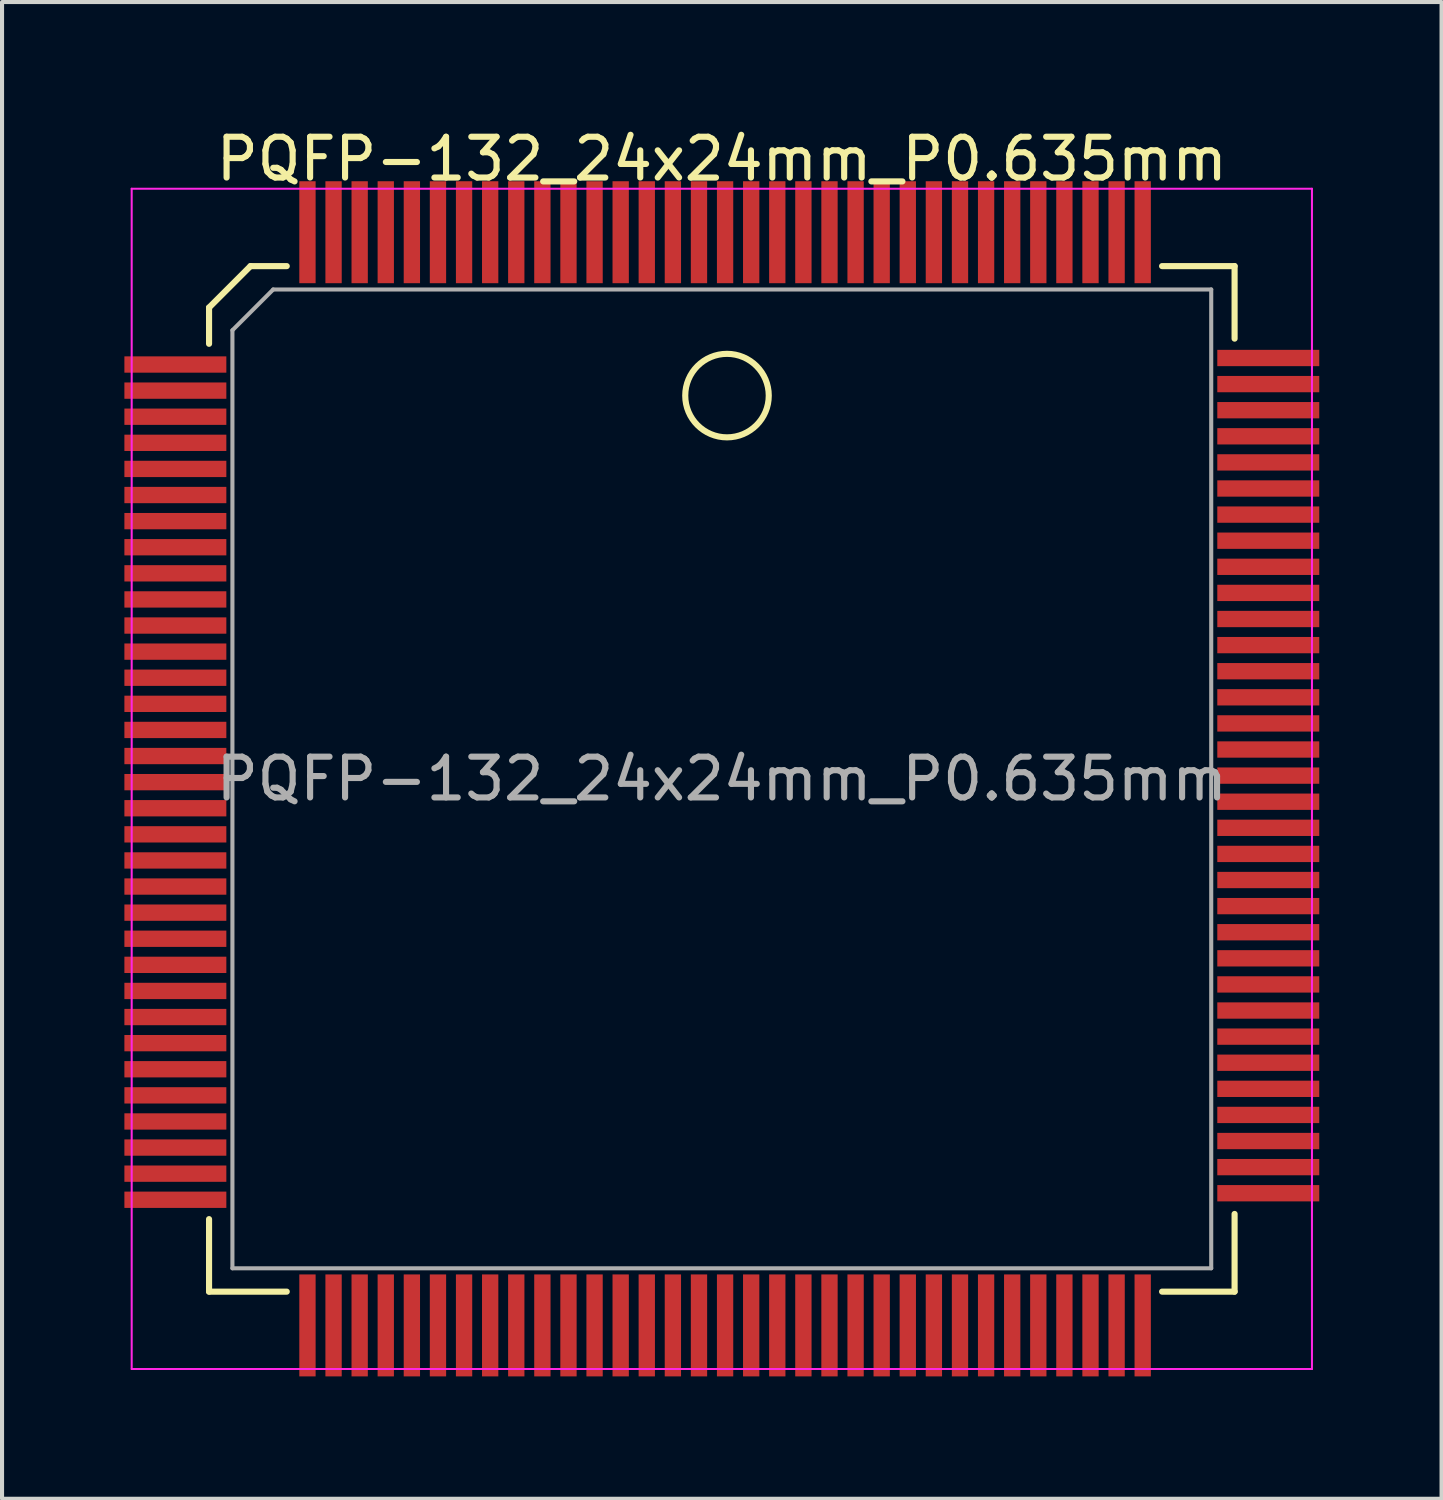
<source format=kicad_pcb>
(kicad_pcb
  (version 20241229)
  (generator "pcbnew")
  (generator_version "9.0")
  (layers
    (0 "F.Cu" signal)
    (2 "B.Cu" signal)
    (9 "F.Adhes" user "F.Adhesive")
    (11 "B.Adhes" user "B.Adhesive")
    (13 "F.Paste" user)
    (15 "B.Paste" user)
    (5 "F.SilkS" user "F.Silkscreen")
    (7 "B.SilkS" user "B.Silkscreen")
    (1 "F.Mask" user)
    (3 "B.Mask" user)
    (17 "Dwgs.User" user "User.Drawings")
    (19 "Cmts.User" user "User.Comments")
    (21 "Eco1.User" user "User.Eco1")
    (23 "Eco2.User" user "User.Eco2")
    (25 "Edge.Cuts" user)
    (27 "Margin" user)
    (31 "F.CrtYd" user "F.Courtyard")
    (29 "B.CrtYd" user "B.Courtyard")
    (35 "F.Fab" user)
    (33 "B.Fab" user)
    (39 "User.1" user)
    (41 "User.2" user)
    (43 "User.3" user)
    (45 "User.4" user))
  (footprint "PQFP-132_24x24mm_P0.635mm"
    (layer "F.Cu")
    (at 14.649 16.048)
    (property "Reference" "PQFP-132_24x24mm_P0.635mm" (at 0 -15.2 0) (layer "F.SilkS") (effects (font (size 1 1) (thickness 0.15))))
    (attr smd)
    (fp_line (start -12.573 -11.557) (end -11.557 -12.573) (stroke (width 0.15) (type solid)) (layer "F.SilkS"))
    (fp_line (start -12.573 -10.668) (end -12.573 -11.557) (stroke (width 0.15) (type solid)) (layer "F.SilkS"))
    (fp_line (start -12.573 10.795) (end -12.573 12.573) (stroke (width 0.15) (type solid)) (layer "F.SilkS"))
    (fp_line (start -12.573 12.573) (end -10.668 12.573) (stroke (width 0.15) (type solid)) (layer "F.SilkS"))
    (fp_line (start -11.557 -12.573) (end -10.668 -12.573) (stroke (width 0.15) (type solid)) (layer "F.SilkS"))
    (fp_line (start 10.795 12.573) (end 12.573 12.573) (stroke (width 0.15) (type solid)) (layer "F.SilkS"))
    (fp_line (start 12.573 -12.573) (end 10.795 -12.573) (stroke (width 0.15) (type solid)) (layer "F.SilkS"))
    (fp_line (start 12.573 -10.795) (end 12.573 -12.573) (stroke (width 0.15) (type solid)) (layer "F.SilkS"))
    (fp_line (start 12.573 12.573) (end 12.573 10.668) (stroke (width 0.15) (type solid)) (layer "F.SilkS"))
    (fp_circle (center 0.127 -9.398) (end 1.016 -8.89) (stroke (width 0.15) (type solid)) (fill no) (layer "F.SilkS"))
    (fp_line (start -14.47 -14.47) (end -14.47 14.47) (stroke (width 0.05) (type solid)) (layer "F.CrtYd"))
    (fp_line (start 14.47 -14.47) (end -14.47 -14.47) (stroke (width 0.05) (type solid)) (layer "F.CrtYd"))
    (fp_line (start 14.47 -14.47) (end 14.47 14.47) (stroke (width 0.05) (type solid)) (layer "F.CrtYd"))
    (fp_line (start 14.47 14.47) (end -14.47 14.47) (stroke (width 0.05) (type solid)) (layer "F.CrtYd"))
    (fp_line (start -12 12) (end -12 -11) (stroke (width 0.1) (type solid)) (layer "F.Fab"))
    (fp_line (start -11 -12) (end -12 -11) (stroke (width 0.1) (type solid)) (layer "F.Fab"))
    (fp_line (start -11 -12) (end 12 -12) (stroke (width 0.1) (type solid)) (layer "F.Fab"))
    (fp_line (start 12 -12) (end 12 12) (stroke (width 0.1) (type solid)) (layer "F.Fab"))
    (fp_line (start 12 12) (end -12 12) (stroke (width 0.1) (type solid)) (layer "F.Fab"))
    (fp_text user "${REFERENCE}" (at 0 0 0) (layer "F.Fab") (effects (font (size 1 1) (thickness 0.15))))
    (pad "1" smd rect (at 0.08 -13.404) (size 0.4 2.5) (layers "F.Cu" "F.Mask" "F.Paste"))
    (pad "2" smd rect (at -0.56 -13.404) (size 0.4 2.5) (layers "F.Cu" "F.Mask" "F.Paste"))
    (pad "3" smd rect (at -1.2 -13.404) (size 0.4 2.5) (layers "F.Cu" "F.Mask" "F.Paste"))
    (pad "4" smd rect (at -1.84 -13.404) (size 0.4 2.5) (layers "F.Cu" "F.Mask" "F.Paste"))
    (pad "5" smd rect (at -2.48 -13.404) (size 0.4 2.5) (layers "F.Cu" "F.Mask" "F.Paste"))
    (pad "6" smd rect (at -3.12 -13.404) (size 0.4 2.5) (layers "F.Cu" "F.Mask" "F.Paste"))
    (pad "7" smd rect (at -3.76 -13.404) (size 0.4 2.5) (layers "F.Cu" "F.Mask" "F.Paste"))
    (pad "8" smd rect (at -4.4 -13.404) (size 0.4 2.5) (layers "F.Cu" "F.Mask" "F.Paste"))
    (pad "9" smd rect (at -5.04 -13.404) (size 0.4 2.5) (layers "F.Cu" "F.Mask" "F.Paste"))
    (pad "10" smd rect (at -5.68 -13.404) (size 0.4 2.5) (layers "F.Cu" "F.Mask" "F.Paste"))
    (pad "11" smd rect (at -6.32 -13.404) (size 0.4 2.5) (layers "F.Cu" "F.Mask" "F.Paste"))
    (pad "12" smd rect (at -6.96 -13.404) (size 0.4 2.5) (layers "F.Cu" "F.Mask" "F.Paste"))
    (pad "13" smd rect (at -7.6 -13.404) (size 0.4 2.5) (layers "F.Cu" "F.Mask" "F.Paste"))
    (pad "14" smd rect (at -8.24 -13.404) (size 0.4 2.5) (layers "F.Cu" "F.Mask" "F.Paste"))
    (pad "15" smd rect (at -8.88 -13.404) (size 0.4 2.5) (layers "F.Cu" "F.Mask" "F.Paste"))
    (pad "16" smd rect (at -9.52 -13.404) (size 0.4 2.5) (layers "F.Cu" "F.Mask" "F.Paste"))
    (pad "17" smd rect (at -10.16 -13.404) (size 0.4 2.5) (layers "F.Cu" "F.Mask" "F.Paste"))
    (pad "18" smd rect (at -13.399 -10.16) (size 2.5 0.4) (layers "F.Cu" "F.Mask" "F.Paste"))
    (pad "19" smd rect (at -13.399 -9.52) (size 2.5 0.4) (layers "F.Cu" "F.Mask" "F.Paste"))
    (pad "20" smd rect (at -13.399 -8.88) (size 2.5 0.4) (layers "F.Cu" "F.Mask" "F.Paste"))
    (pad "21" smd rect (at -13.399 -8.24) (size 2.5 0.4) (layers "F.Cu" "F.Mask" "F.Paste"))
    (pad "22" smd rect (at -13.399 -7.6) (size 2.5 0.4) (layers "F.Cu" "F.Mask" "F.Paste"))
    (pad "23" smd rect (at -13.399 -6.96) (size 2.5 0.4) (layers "F.Cu" "F.Mask" "F.Paste"))
    (pad "24" smd rect (at -13.399 -6.32) (size 2.5 0.4) (layers "F.Cu" "F.Mask" "F.Paste"))
    (pad "25" smd rect (at -13.399 -5.68) (size 2.5 0.4) (layers "F.Cu" "F.Mask" "F.Paste"))
    (pad "26" smd rect (at -13.399 -5.04) (size 2.5 0.4) (layers "F.Cu" "F.Mask" "F.Paste"))
    (pad "27" smd rect (at -13.399 -4.4) (size 2.5 0.4) (layers "F.Cu" "F.Mask" "F.Paste"))
    (pad "28" smd rect (at -13.399 -3.76) (size 2.5 0.4) (layers "F.Cu" "F.Mask" "F.Paste"))
    (pad "29" smd rect (at -13.399 -3.12) (size 2.5 0.4) (layers "F.Cu" "F.Mask" "F.Paste"))
    (pad "30" smd rect (at -13.399 -2.48) (size 2.5 0.4) (layers "F.Cu" "F.Mask" "F.Paste"))
    (pad "31" smd rect (at -13.399 -1.84) (size 2.5 0.4) (layers "F.Cu" "F.Mask" "F.Paste"))
    (pad "32" smd rect (at -13.399 -1.2) (size 2.5 0.4) (layers "F.Cu" "F.Mask" "F.Paste"))
    (pad "33" smd rect (at -13.399 -0.56) (size 2.5 0.4) (layers "F.Cu" "F.Mask" "F.Paste"))
    (pad "34" smd rect (at -13.399 0.08) (size 2.5 0.4) (layers "F.Cu" "F.Mask" "F.Paste"))
    (pad "35" smd rect (at -13.399 0.72) (size 2.5 0.4) (layers "F.Cu" "F.Mask" "F.Paste"))
    (pad "36" smd rect (at -13.399 1.36) (size 2.5 0.4) (layers "F.Cu" "F.Mask" "F.Paste"))
    (pad "37" smd rect (at -13.399 2) (size 2.5 0.4) (layers "F.Cu" "F.Mask" "F.Paste"))
    (pad "38" smd rect (at -13.399 2.64) (size 2.5 0.4) (layers "F.Cu" "F.Mask" "F.Paste"))
    (pad "39" smd rect (at -13.399 3.28) (size 2.5 0.4) (layers "F.Cu" "F.Mask" "F.Paste"))
    (pad "40" smd rect (at -13.399 3.92) (size 2.5 0.4) (layers "F.Cu" "F.Mask" "F.Paste"))
    (pad "41" smd rect (at -13.399 4.56) (size 2.5 0.4) (layers "F.Cu" "F.Mask" "F.Paste"))
    (pad "42" smd rect (at -13.399 5.2) (size 2.5 0.4) (layers "F.Cu" "F.Mask" "F.Paste"))
    (pad "43" smd rect (at -13.399 5.84) (size 2.5 0.4) (layers "F.Cu" "F.Mask" "F.Paste"))
    (pad "44" smd rect (at -13.399 6.48) (size 2.5 0.4) (layers "F.Cu" "F.Mask" "F.Paste"))
    (pad "45" smd rect (at -13.399 7.12) (size 2.5 0.4) (layers "F.Cu" "F.Mask" "F.Paste"))
    (pad "46" smd rect (at -13.399 7.76) (size 2.5 0.4) (layers "F.Cu" "F.Mask" "F.Paste"))
    (pad "47" smd rect (at -13.399 8.4) (size 2.5 0.4) (layers "F.Cu" "F.Mask" "F.Paste"))
    (pad "48" smd rect (at -13.399 9.04) (size 2.5 0.4) (layers "F.Cu" "F.Mask" "F.Paste"))
    (pad "49" smd rect (at -13.399 9.68) (size 2.5 0.4) (layers "F.Cu" "F.Mask" "F.Paste"))
    (pad "50" smd rect (at -13.399 10.32) (size 2.5 0.4) (layers "F.Cu" "F.Mask" "F.Paste"))
    (pad "51" smd rect (at -10.16 13.401) (size 0.4 2.5) (layers "F.Cu" "F.Mask" "F.Paste"))
    (pad "52" smd rect (at -9.52 13.401) (size 0.4 2.5) (layers "F.Cu" "F.Mask" "F.Paste"))
    (pad "53" smd rect (at -8.88 13.401) (size 0.4 2.5) (layers "F.Cu" "F.Mask" "F.Paste"))
    (pad "54" smd rect (at -8.24 13.401) (size 0.4 2.5) (layers "F.Cu" "F.Mask" "F.Paste"))
    (pad "55" smd rect (at -7.6 13.401) (size 0.4 2.5) (layers "F.Cu" "F.Mask" "F.Paste"))
    (pad "56" smd rect (at -6.96 13.401) (size 0.4 2.5) (layers "F.Cu" "F.Mask" "F.Paste"))
    (pad "57" smd rect (at -6.32 13.401) (size 0.4 2.5) (layers "F.Cu" "F.Mask" "F.Paste"))
    (pad "58" smd rect (at -5.68 13.401) (size 0.4 2.5) (layers "F.Cu" "F.Mask" "F.Paste"))
    (pad "59" smd rect (at -5.04 13.401) (size 0.4 2.5) (layers "F.Cu" "F.Mask" "F.Paste"))
    (pad "60" smd rect (at -4.4 13.401) (size 0.4 2.5) (layers "F.Cu" "F.Mask" "F.Paste"))
    (pad "61" smd rect (at -3.76 13.401) (size 0.4 2.5) (layers "F.Cu" "F.Mask" "F.Paste"))
    (pad "62" smd rect (at -3.12 13.401) (size 0.4 2.5) (layers "F.Cu" "F.Mask" "F.Paste"))
    (pad "63" smd rect (at -2.48 13.401) (size 0.4 2.5) (layers "F.Cu" "F.Mask" "F.Paste"))
    (pad "64" smd rect (at -1.84 13.401) (size 0.4 2.5) (layers "F.Cu" "F.Mask" "F.Paste"))
    (pad "65" smd rect (at -1.2 13.401) (size 0.4 2.5) (layers "F.Cu" "F.Mask" "F.Paste"))
    (pad "66" smd rect (at -0.56 13.401) (size 0.4 2.5) (layers "F.Cu" "F.Mask" "F.Paste"))
    (pad "67" smd rect (at 0.08 13.401) (size 0.4 2.5) (layers "F.Cu" "F.Mask" "F.Paste"))
    (pad "68" smd rect (at 0.72 13.401) (size 0.4 2.5) (layers "F.Cu" "F.Mask" "F.Paste"))
    (pad "69" smd rect (at 1.36 13.401) (size 0.4 2.5) (layers "F.Cu" "F.Mask" "F.Paste"))
    (pad "70" smd rect (at 2 13.401) (size 0.4 2.5) (layers "F.Cu" "F.Mask" "F.Paste"))
    (pad "71" smd rect (at 2.64 13.401) (size 0.4 2.5) (layers "F.Cu" "F.Mask" "F.Paste"))
    (pad "72" smd rect (at 3.28 13.401) (size 0.4 2.5) (layers "F.Cu" "F.Mask" "F.Paste"))
    (pad "73" smd rect (at 3.92 13.401) (size 0.4 2.5) (layers "F.Cu" "F.Mask" "F.Paste"))
    (pad "74" smd rect (at 4.56 13.401) (size 0.4 2.5) (layers "F.Cu" "F.Mask" "F.Paste"))
    (pad "75" smd rect (at 5.2 13.401) (size 0.4 2.5) (layers "F.Cu" "F.Mask" "F.Paste"))
    (pad "76" smd rect (at 5.84 13.401) (size 0.4 2.5) (layers "F.Cu" "F.Mask" "F.Paste"))
    (pad "77" smd rect (at 6.48 13.401) (size 0.4 2.5) (layers "F.Cu" "F.Mask" "F.Paste"))
    (pad "78" smd rect (at 7.12 13.401) (size 0.4 2.5) (layers "F.Cu" "F.Mask" "F.Paste"))
    (pad "79" smd rect (at 7.76 13.401) (size 0.4 2.5) (layers "F.Cu" "F.Mask" "F.Paste"))
    (pad "80" smd rect (at 8.4 13.401) (size 0.4 2.5) (layers "F.Cu" "F.Mask" "F.Paste"))
    (pad "81" smd rect (at 9.04 13.401) (size 0.4 2.5) (layers "F.Cu" "F.Mask" "F.Paste"))
    (pad "82" smd rect (at 9.68 13.401) (size 0.4 2.5) (layers "F.Cu" "F.Mask" "F.Paste"))
    (pad "83" smd rect (at 10.32 13.401) (size 0.4 2.5) (layers "F.Cu" "F.Mask" "F.Paste"))
    (pad "84" smd rect (at 13.399 10.16) (size 2.5 0.4) (layers "F.Cu" "F.Mask" "F.Paste"))
    (pad "85" smd rect (at 13.399 9.52) (size 2.5 0.4) (layers "F.Cu" "F.Mask" "F.Paste"))
    (pad "86" smd rect (at 13.399 8.88) (size 2.5 0.4) (layers "F.Cu" "F.Mask" "F.Paste"))
    (pad "87" smd rect (at 13.399 8.24) (size 2.5 0.4) (layers "F.Cu" "F.Mask" "F.Paste"))
    (pad "88" smd rect (at 13.399 7.6) (size 2.5 0.4) (layers "F.Cu" "F.Mask" "F.Paste"))
    (pad "89" smd rect (at 13.399 6.96) (size 2.5 0.4) (layers "F.Cu" "F.Mask" "F.Paste"))
    (pad "90" smd rect (at 13.399 6.32) (size 2.5 0.4) (layers "F.Cu" "F.Mask" "F.Paste"))
    (pad "91" smd rect (at 13.399 5.68) (size 2.5 0.4) (layers "F.Cu" "F.Mask" "F.Paste"))
    (pad "92" smd rect (at 13.399 5.04) (size 2.5 0.4) (layers "F.Cu" "F.Mask" "F.Paste"))
    (pad "93" smd rect (at 13.399 4.4) (size 2.5 0.4) (layers "F.Cu" "F.Mask" "F.Paste"))
    (pad "94" smd rect (at 13.399 3.76) (size 2.5 0.4) (layers "F.Cu" "F.Mask" "F.Paste"))
    (pad "95" smd rect (at 13.399 3.12) (size 2.5 0.4) (layers "F.Cu" "F.Mask" "F.Paste"))
    (pad "96" smd rect (at 13.399 2.48) (size 2.5 0.4) (layers "F.Cu" "F.Mask" "F.Paste"))
    (pad "97" smd rect (at 13.399 1.84) (size 2.5 0.4) (layers "F.Cu" "F.Mask" "F.Paste"))
    (pad "98" smd rect (at 13.399 1.2) (size 2.5 0.4) (layers "F.Cu" "F.Mask" "F.Paste"))
    (pad "99" smd rect (at 13.399 0.56) (size 2.5 0.4) (layers "F.Cu" "F.Mask" "F.Paste"))
    (pad "100" smd rect (at 13.399 -0.08) (size 2.5 0.4) (layers "F.Cu" "F.Mask" "F.Paste"))
    (pad "101" smd rect (at 13.399 -0.72) (size 2.5 0.4) (layers "F.Cu" "F.Mask" "F.Paste"))
    (pad "102" smd rect (at 13.399 -1.36) (size 2.5 0.4) (layers "F.Cu" "F.Mask" "F.Paste"))
    (pad "103" smd rect (at 13.399 -2) (size 2.5 0.4) (layers "F.Cu" "F.Mask" "F.Paste"))
    (pad "104" smd rect (at 13.399 -2.64) (size 2.5 0.4) (layers "F.Cu" "F.Mask" "F.Paste"))
    (pad "105" smd rect (at 13.399 -3.28) (size 2.5 0.4) (layers "F.Cu" "F.Mask" "F.Paste"))
    (pad "106" smd rect (at 13.399 -3.92) (size 2.5 0.4) (layers "F.Cu" "F.Mask" "F.Paste"))
    (pad "107" smd rect (at 13.399 -4.56) (size 2.5 0.4) (layers "F.Cu" "F.Mask" "F.Paste"))
    (pad "108" smd rect (at 13.399 -5.2) (size 2.5 0.4) (layers "F.Cu" "F.Mask" "F.Paste"))
    (pad "109" smd rect (at 13.399 -5.84) (size 2.5 0.4) (layers "F.Cu" "F.Mask" "F.Paste"))
    (pad "110" smd rect (at 13.399 -6.48) (size 2.5 0.4) (layers "F.Cu" "F.Mask" "F.Paste"))
    (pad "111" smd rect (at 13.399 -7.12) (size 2.5 0.4) (layers "F.Cu" "F.Mask" "F.Paste"))
    (pad "112" smd rect (at 13.399 -7.76) (size 2.5 0.4) (layers "F.Cu" "F.Mask" "F.Paste"))
    (pad "113" smd rect (at 13.399 -8.4) (size 2.5 0.4) (layers "F.Cu" "F.Mask" "F.Paste"))
    (pad "114" smd rect (at 13.399 -9.04) (size 2.5 0.4) (layers "F.Cu" "F.Mask" "F.Paste"))
    (pad "115" smd rect (at 13.399 -9.68) (size 2.5 0.4) (layers "F.Cu" "F.Mask" "F.Paste"))
    (pad "116" smd rect (at 13.399 -10.32) (size 2.5 0.4) (layers "F.Cu" "F.Mask" "F.Paste"))
    (pad "117" smd rect (at 10.32 -13.404) (size 0.4 2.5) (layers "F.Cu" "F.Mask" "F.Paste"))
    (pad "118" smd rect (at 9.68 -13.404) (size 0.4 2.5) (layers "F.Cu" "F.Mask" "F.Paste"))
    (pad "119" smd rect (at 9.04 -13.404) (size 0.4 2.5) (layers "F.Cu" "F.Mask" "F.Paste"))
    (pad "120" smd rect (at 8.4 -13.404) (size 0.4 2.5) (layers "F.Cu" "F.Mask" "F.Paste"))
    (pad "121" smd rect (at 7.76 -13.404) (size 0.4 2.5) (layers "F.Cu" "F.Mask" "F.Paste"))
    (pad "122" smd rect (at 7.12 -13.404) (size 0.4 2.5) (layers "F.Cu" "F.Mask" "F.Paste"))
    (pad "123" smd rect (at 6.48 -13.404) (size 0.4 2.5) (layers "F.Cu" "F.Mask" "F.Paste"))
    (pad "124" smd rect (at 5.84 -13.404) (size 0.4 2.5) (layers "F.Cu" "F.Mask" "F.Paste"))
    (pad "125" smd rect (at 5.2 -13.404) (size 0.4 2.5) (layers "F.Cu" "F.Mask" "F.Paste"))
    (pad "126" smd rect (at 4.56 -13.404) (size 0.4 2.5) (layers "F.Cu" "F.Mask" "F.Paste"))
    (pad "127" smd rect (at 3.92 -13.404) (size 0.4 2.5) (layers "F.Cu" "F.Mask" "F.Paste"))
    (pad "128" smd rect (at 3.28 -13.404) (size 0.4 2.5) (layers "F.Cu" "F.Mask" "F.Paste"))
    (pad "129" smd rect (at 2.64 -13.404) (size 0.4 2.5) (layers "F.Cu" "F.Mask" "F.Paste"))
    (pad "130" smd rect (at 2 -13.404) (size 0.4 2.5) (layers "F.Cu" "F.Mask" "F.Paste"))
    (pad "131" smd rect (at 1.36 -13.404) (size 0.4 2.5) (layers "F.Cu" "F.Mask" "F.Paste"))
    (pad "132" smd rect (at 0.72 -13.404) (size 0.4 2.5) (layers "F.Cu" "F.Mask" "F.Paste")))
  (gr_rect
    (start -3 -3)
    (end 32.297 33.699)
    (stroke (width 0.1) (type default))
    (fill no)
    (layer "Edge.Cuts")))
</source>
